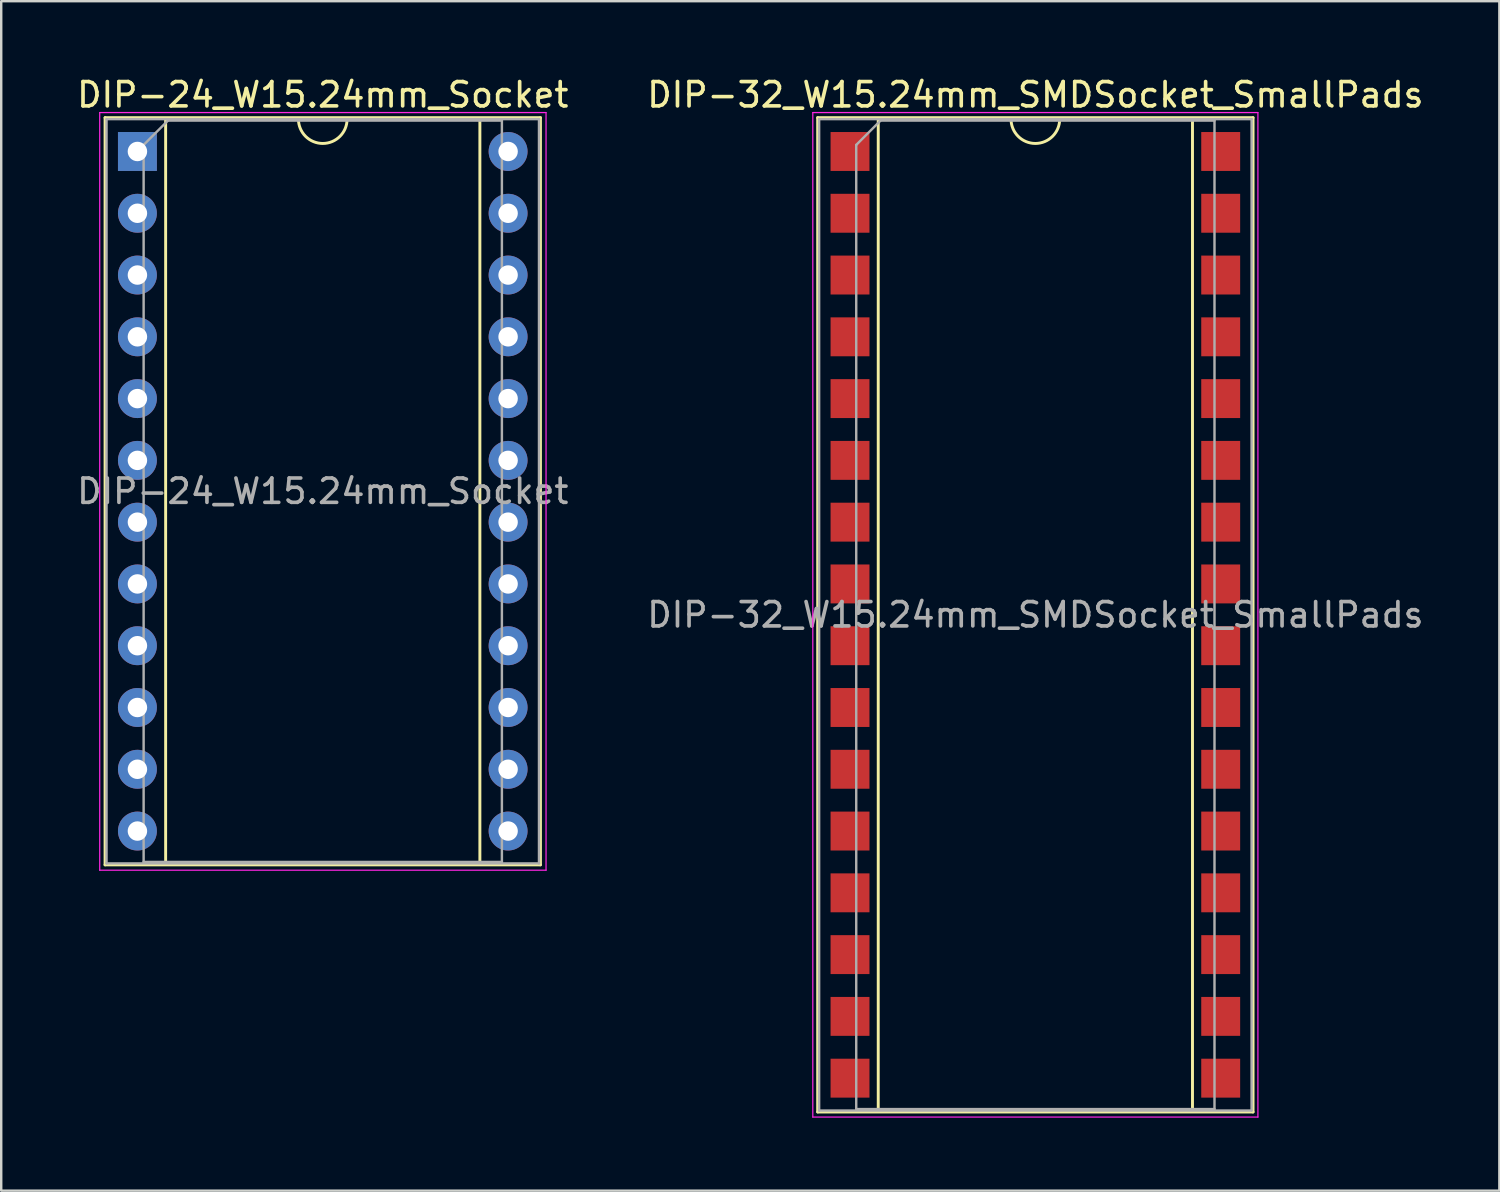
<source format=kicad_pcb>
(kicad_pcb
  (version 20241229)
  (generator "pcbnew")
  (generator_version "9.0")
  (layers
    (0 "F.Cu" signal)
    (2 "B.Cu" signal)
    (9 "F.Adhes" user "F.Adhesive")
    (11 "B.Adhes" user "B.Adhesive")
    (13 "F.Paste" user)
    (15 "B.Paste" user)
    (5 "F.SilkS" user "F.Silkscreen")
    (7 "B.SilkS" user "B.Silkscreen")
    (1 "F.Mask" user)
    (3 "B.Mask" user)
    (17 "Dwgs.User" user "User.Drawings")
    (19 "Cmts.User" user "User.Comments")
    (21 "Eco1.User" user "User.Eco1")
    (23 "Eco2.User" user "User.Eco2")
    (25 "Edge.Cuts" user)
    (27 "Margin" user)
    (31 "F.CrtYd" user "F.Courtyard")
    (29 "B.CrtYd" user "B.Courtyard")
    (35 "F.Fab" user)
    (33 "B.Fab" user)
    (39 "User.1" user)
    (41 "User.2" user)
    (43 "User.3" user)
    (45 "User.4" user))
  (footprint "DIP-24_W15.24mm_Socket"
    (layer "F.Cu")
    (at 2.6 3.178)
    (property "Reference" "DIP-24_W15.24mm_Socket" (at 7.62 -2.33 0) (layer "F.SilkS") (effects (font (size 1 1) (thickness 0.15))))
    (attr through_hole)
    (fp_line (start -1.33 -1.39) (end -1.33 29.33) (stroke (width 0.12) (type solid)) (layer "F.SilkS"))
    (fp_line (start -1.33 29.33) (end 16.57 29.33) (stroke (width 0.12) (type solid)) (layer "F.SilkS"))
    (fp_line (start 1.16 -1.33) (end 1.16 29.27) (stroke (width 0.12) (type solid)) (layer "F.SilkS"))
    (fp_line (start 1.16 29.27) (end 14.08 29.27) (stroke (width 0.12) (type solid)) (layer "F.SilkS"))
    (fp_line (start 6.62 -1.33) (end 1.16 -1.33) (stroke (width 0.12) (type solid)) (layer "F.SilkS"))
    (fp_line (start 14.08 -1.33) (end 8.62 -1.33) (stroke (width 0.12) (type solid)) (layer "F.SilkS"))
    (fp_line (start 14.08 29.27) (end 14.08 -1.33) (stroke (width 0.12) (type solid)) (layer "F.SilkS"))
    (fp_line (start 16.57 -1.39) (end -1.33 -1.39) (stroke (width 0.12) (type solid)) (layer "F.SilkS"))
    (fp_line (start 16.57 29.33) (end 16.57 -1.39) (stroke (width 0.12) (type solid)) (layer "F.SilkS"))
    (fp_arc (start 8.62 -1.33) (mid 7.62 -0.33) (end 6.62 -1.33) (stroke (width 0.12) (type solid)) (layer "F.SilkS"))
    (fp_line (start -1.55 -1.6) (end -1.55 29.55) (stroke (width 0.05) (type solid)) (layer "F.CrtYd"))
    (fp_line (start -1.55 29.55) (end 16.8 29.55) (stroke (width 0.05) (type solid)) (layer "F.CrtYd"))
    (fp_line (start 16.8 -1.6) (end -1.55 -1.6) (stroke (width 0.05) (type solid)) (layer "F.CrtYd"))
    (fp_line (start 16.8 29.55) (end 16.8 -1.6) (stroke (width 0.05) (type solid)) (layer "F.CrtYd"))
    (fp_line (start -1.27 -1.33) (end -1.27 29.27) (stroke (width 0.1) (type solid)) (layer "F.Fab"))
    (fp_line (start -1.27 29.27) (end 16.51 29.27) (stroke (width 0.1) (type solid)) (layer "F.Fab"))
    (fp_line (start 0.255 -0.27) (end 1.255 -1.27) (stroke (width 0.1) (type solid)) (layer "F.Fab"))
    (fp_line (start 0.255 29.21) (end 0.255 -0.27) (stroke (width 0.1) (type solid)) (layer "F.Fab"))
    (fp_line (start 1.255 -1.27) (end 14.985 -1.27) (stroke (width 0.1) (type solid)) (layer "F.Fab"))
    (fp_line (start 14.985 -1.27) (end 14.985 29.21) (stroke (width 0.1) (type solid)) (layer "F.Fab"))
    (fp_line (start 14.985 29.21) (end 0.255 29.21) (stroke (width 0.1) (type solid)) (layer "F.Fab"))
    (fp_line (start 16.51 -1.33) (end -1.27 -1.33) (stroke (width 0.1) (type solid)) (layer "F.Fab"))
    (fp_line (start 16.51 29.27) (end 16.51 -1.33) (stroke (width 0.1) (type solid)) (layer "F.Fab"))
    (fp_text user "${REFERENCE}" (at 7.62 13.97 0) (layer "F.Fab") (effects (font (size 1 1) (thickness 0.15))))
    (pad "1" thru_hole rect (at 0 0) (size 1.6 1.6) (drill 0.8) (layers "*.Cu" "*.Mask"))
    (pad "2" thru_hole oval (at 0 2.54) (size 1.6 1.6) (drill 0.8) (layers "*.Cu" "*.Mask"))
    (pad "3" thru_hole oval (at 0 5.08) (size 1.6 1.6) (drill 0.8) (layers "*.Cu" "*.Mask"))
    (pad "4" thru_hole oval (at 0 7.62) (size 1.6 1.6) (drill 0.8) (layers "*.Cu" "*.Mask"))
    (pad "5" thru_hole oval (at 0 10.16) (size 1.6 1.6) (drill 0.8) (layers "*.Cu" "*.Mask"))
    (pad "6" thru_hole oval (at 0 12.7) (size 1.6 1.6) (drill 0.8) (layers "*.Cu" "*.Mask"))
    (pad "7" thru_hole oval (at 0 15.24) (size 1.6 1.6) (drill 0.8) (layers "*.Cu" "*.Mask"))
    (pad "8" thru_hole oval (at 0 17.78) (size 1.6 1.6) (drill 0.8) (layers "*.Cu" "*.Mask"))
    (pad "9" thru_hole oval (at 0 20.32) (size 1.6 1.6) (drill 0.8) (layers "*.Cu" "*.Mask"))
    (pad "10" thru_hole oval (at 0 22.86) (size 1.6 1.6) (drill 0.8) (layers "*.Cu" "*.Mask"))
    (pad "11" thru_hole oval (at 0 25.4) (size 1.6 1.6) (drill 0.8) (layers "*.Cu" "*.Mask"))
    (pad "12" thru_hole oval (at 0 27.94) (size 1.6 1.6) (drill 0.8) (layers "*.Cu" "*.Mask"))
    (pad "13" thru_hole oval (at 15.24 27.94) (size 1.6 1.6) (drill 0.8) (layers "*.Cu" "*.Mask"))
    (pad "14" thru_hole oval (at 15.24 25.4) (size 1.6 1.6) (drill 0.8) (layers "*.Cu" "*.Mask"))
    (pad "15" thru_hole oval (at 15.24 22.86) (size 1.6 1.6) (drill 0.8) (layers "*.Cu" "*.Mask"))
    (pad "16" thru_hole oval (at 15.24 20.32) (size 1.6 1.6) (drill 0.8) (layers "*.Cu" "*.Mask"))
    (pad "17" thru_hole oval (at 15.24 17.78) (size 1.6 1.6) (drill 0.8) (layers "*.Cu" "*.Mask"))
    (pad "18" thru_hole oval (at 15.24 15.24) (size 1.6 1.6) (drill 0.8) (layers "*.Cu" "*.Mask"))
    (pad "19" thru_hole oval (at 15.24 12.7) (size 1.6 1.6) (drill 0.8) (layers "*.Cu" "*.Mask"))
    (pad "20" thru_hole oval (at 15.24 10.16) (size 1.6 1.6) (drill 0.8) (layers "*.Cu" "*.Mask"))
    (pad "21" thru_hole oval (at 15.24 7.62) (size 1.6 1.6) (drill 0.8) (layers "*.Cu" "*.Mask"))
    (pad "22" thru_hole oval (at 15.24 5.08) (size 1.6 1.6) (drill 0.8) (layers "*.Cu" "*.Mask"))
    (pad "23" thru_hole oval (at 15.24 2.54) (size 1.6 1.6) (drill 0.8) (layers "*.Cu" "*.Mask"))
    (pad "24" thru_hole oval (at 15.24 0) (size 1.6 1.6) (drill 0.8) (layers "*.Cu" "*.Mask")))
  (footprint "DIP-32_W15.24mm_SMDSocket_SmallPads"
    (layer "F.Cu")
    (at 39.518 22.228)
    (property "Reference" "DIP-32_W15.24mm_SMDSocket_SmallPads" (at 0 -21.38 0) (layer "F.SilkS") (effects (font (size 1 1) (thickness 0.15))))
    (attr smd)
    (fp_line (start -8.95 -20.44) (end -8.95 20.44) (stroke (width 0.12) (type solid)) (layer "F.SilkS"))
    (fp_line (start -8.95 20.44) (end 8.95 20.44) (stroke (width 0.12) (type solid)) (layer "F.SilkS"))
    (fp_line (start -6.46 -20.38) (end -6.46 20.38) (stroke (width 0.12) (type solid)) (layer "F.SilkS"))
    (fp_line (start -6.46 20.38) (end 6.46 20.38) (stroke (width 0.12) (type solid)) (layer "F.SilkS"))
    (fp_line (start -1 -20.38) (end -6.46 -20.38) (stroke (width 0.12) (type solid)) (layer "F.SilkS"))
    (fp_line (start 6.46 -20.38) (end 1 -20.38) (stroke (width 0.12) (type solid)) (layer "F.SilkS"))
    (fp_line (start 6.46 20.38) (end 6.46 -20.38) (stroke (width 0.12) (type solid)) (layer "F.SilkS"))
    (fp_line (start 8.95 -20.44) (end -8.95 -20.44) (stroke (width 0.12) (type solid)) (layer "F.SilkS"))
    (fp_line (start 8.95 20.44) (end 8.95 -20.44) (stroke (width 0.12) (type solid)) (layer "F.SilkS"))
    (fp_arc (start 1 -20.38) (mid 0 -19.38) (end -1 -20.38) (stroke (width 0.12) (type solid)) (layer "F.SilkS"))
    (fp_line (start -9.15 -20.65) (end -9.15 20.65) (stroke (width 0.05) (type solid)) (layer "F.CrtYd"))
    (fp_line (start -9.15 20.65) (end 9.15 20.65) (stroke (width 0.05) (type solid)) (layer "F.CrtYd"))
    (fp_line (start 9.15 -20.65) (end -9.15 -20.65) (stroke (width 0.05) (type solid)) (layer "F.CrtYd"))
    (fp_line (start 9.15 20.65) (end 9.15 -20.65) (stroke (width 0.05) (type solid)) (layer "F.CrtYd"))
    (fp_line (start -8.89 -20.38) (end -8.89 20.38) (stroke (width 0.1) (type solid)) (layer "F.Fab"))
    (fp_line (start -8.89 20.38) (end 8.89 20.38) (stroke (width 0.1) (type solid)) (layer "F.Fab"))
    (fp_line (start -7.365 -19.32) (end -6.365 -20.32) (stroke (width 0.1) (type solid)) (layer "F.Fab"))
    (fp_line (start -7.365 20.32) (end -7.365 -19.32) (stroke (width 0.1) (type solid)) (layer "F.Fab"))
    (fp_line (start -6.365 -20.32) (end 7.365 -20.32) (stroke (width 0.1) (type solid)) (layer "F.Fab"))
    (fp_line (start 7.365 -20.32) (end 7.365 20.32) (stroke (width 0.1) (type solid)) (layer "F.Fab"))
    (fp_line (start 7.365 20.32) (end -7.365 20.32) (stroke (width 0.1) (type solid)) (layer "F.Fab"))
    (fp_line (start 8.89 -20.38) (end -8.89 -20.38) (stroke (width 0.1) (type solid)) (layer "F.Fab"))
    (fp_line (start 8.89 20.38) (end 8.89 -20.38) (stroke (width 0.1) (type solid)) (layer "F.Fab"))
    (fp_text user "${REFERENCE}" (at 0 0 0) (layer "F.Fab") (effects (font (size 1 1) (thickness 0.15))))
    (pad "1" smd rect (at -7.62 -19.05) (size 1.6 1.6) (layers "F.Cu" "F.Mask" "F.Paste"))
    (pad "2" smd rect (at -7.62 -16.51) (size 1.6 1.6) (layers "F.Cu" "F.Mask" "F.Paste"))
    (pad "3" smd rect (at -7.62 -13.97) (size 1.6 1.6) (layers "F.Cu" "F.Mask" "F.Paste"))
    (pad "4" smd rect (at -7.62 -11.43) (size 1.6 1.6) (layers "F.Cu" "F.Mask" "F.Paste"))
    (pad "5" smd rect (at -7.62 -8.89) (size 1.6 1.6) (layers "F.Cu" "F.Mask" "F.Paste"))
    (pad "6" smd rect (at -7.62 -6.35) (size 1.6 1.6) (layers "F.Cu" "F.Mask" "F.Paste"))
    (pad "7" smd rect (at -7.62 -3.81) (size 1.6 1.6) (layers "F.Cu" "F.Mask" "F.Paste"))
    (pad "8" smd rect (at -7.62 -1.27) (size 1.6 1.6) (layers "F.Cu" "F.Mask" "F.Paste"))
    (pad "9" smd rect (at -7.62 1.27) (size 1.6 1.6) (layers "F.Cu" "F.Mask" "F.Paste"))
    (pad "10" smd rect (at -7.62 3.81) (size 1.6 1.6) (layers "F.Cu" "F.Mask" "F.Paste"))
    (pad "11" smd rect (at -7.62 6.35) (size 1.6 1.6) (layers "F.Cu" "F.Mask" "F.Paste"))
    (pad "12" smd rect (at -7.62 8.89) (size 1.6 1.6) (layers "F.Cu" "F.Mask" "F.Paste"))
    (pad "13" smd rect (at -7.62 11.43) (size 1.6 1.6) (layers "F.Cu" "F.Mask" "F.Paste"))
    (pad "14" smd rect (at -7.62 13.97) (size 1.6 1.6) (layers "F.Cu" "F.Mask" "F.Paste"))
    (pad "15" smd rect (at -7.62 16.51) (size 1.6 1.6) (layers "F.Cu" "F.Mask" "F.Paste"))
    (pad "16" smd rect (at -7.62 19.05) (size 1.6 1.6) (layers "F.Cu" "F.Mask" "F.Paste"))
    (pad "17" smd rect (at 7.62 19.05) (size 1.6 1.6) (layers "F.Cu" "F.Mask" "F.Paste"))
    (pad "18" smd rect (at 7.62 16.51) (size 1.6 1.6) (layers "F.Cu" "F.Mask" "F.Paste"))
    (pad "19" smd rect (at 7.62 13.97) (size 1.6 1.6) (layers "F.Cu" "F.Mask" "F.Paste"))
    (pad "20" smd rect (at 7.62 11.43) (size 1.6 1.6) (layers "F.Cu" "F.Mask" "F.Paste"))
    (pad "21" smd rect (at 7.62 8.89) (size 1.6 1.6) (layers "F.Cu" "F.Mask" "F.Paste"))
    (pad "22" smd rect (at 7.62 6.35) (size 1.6 1.6) (layers "F.Cu" "F.Mask" "F.Paste"))
    (pad "23" smd rect (at 7.62 3.81) (size 1.6 1.6) (layers "F.Cu" "F.Mask" "F.Paste"))
    (pad "24" smd rect (at 7.62 1.27) (size 1.6 1.6) (layers "F.Cu" "F.Mask" "F.Paste"))
    (pad "25" smd rect (at 7.62 -1.27) (size 1.6 1.6) (layers "F.Cu" "F.Mask" "F.Paste"))
    (pad "26" smd rect (at 7.62 -3.81) (size 1.6 1.6) (layers "F.Cu" "F.Mask" "F.Paste"))
    (pad "27" smd rect (at 7.62 -6.35) (size 1.6 1.6) (layers "F.Cu" "F.Mask" "F.Paste"))
    (pad "28" smd rect (at 7.62 -8.89) (size 1.6 1.6) (layers "F.Cu" "F.Mask" "F.Paste"))
    (pad "29" smd rect (at 7.62 -11.43) (size 1.6 1.6) (layers "F.Cu" "F.Mask" "F.Paste"))
    (pad "30" smd rect (at 7.62 -13.97) (size 1.6 1.6) (layers "F.Cu" "F.Mask" "F.Paste"))
    (pad "31" smd rect (at 7.62 -16.51) (size 1.6 1.6) (layers "F.Cu" "F.Mask" "F.Paste"))
    (pad "32" smd rect (at 7.62 -19.05) (size 1.6 1.6) (layers "F.Cu" "F.Mask" "F.Paste")))
  (gr_rect
    (start -3 -3)
    (end 58.595 45.903)
    (stroke (width 0.1) (type default))
    (fill no)
    (layer "Edge.Cuts")))
</source>
